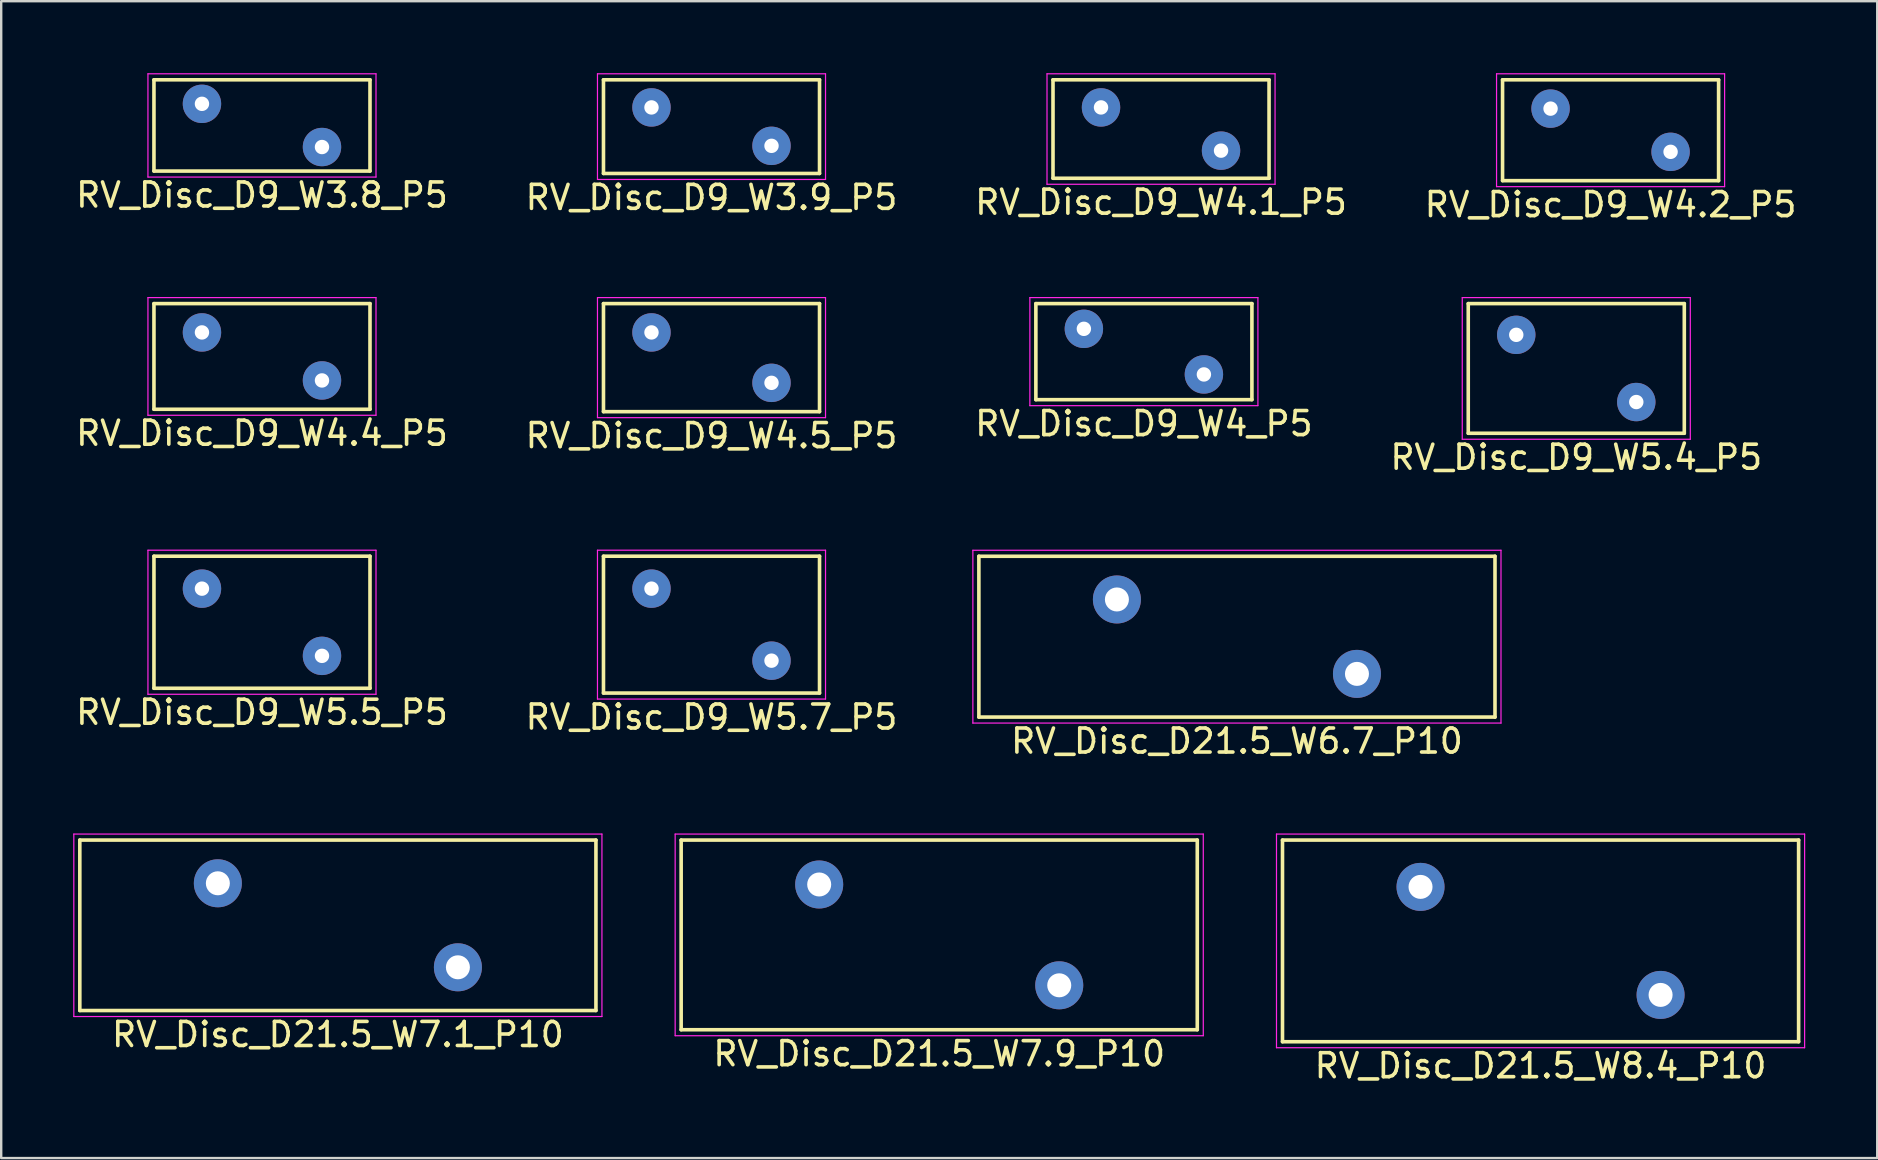
<source format=kicad_pcb>
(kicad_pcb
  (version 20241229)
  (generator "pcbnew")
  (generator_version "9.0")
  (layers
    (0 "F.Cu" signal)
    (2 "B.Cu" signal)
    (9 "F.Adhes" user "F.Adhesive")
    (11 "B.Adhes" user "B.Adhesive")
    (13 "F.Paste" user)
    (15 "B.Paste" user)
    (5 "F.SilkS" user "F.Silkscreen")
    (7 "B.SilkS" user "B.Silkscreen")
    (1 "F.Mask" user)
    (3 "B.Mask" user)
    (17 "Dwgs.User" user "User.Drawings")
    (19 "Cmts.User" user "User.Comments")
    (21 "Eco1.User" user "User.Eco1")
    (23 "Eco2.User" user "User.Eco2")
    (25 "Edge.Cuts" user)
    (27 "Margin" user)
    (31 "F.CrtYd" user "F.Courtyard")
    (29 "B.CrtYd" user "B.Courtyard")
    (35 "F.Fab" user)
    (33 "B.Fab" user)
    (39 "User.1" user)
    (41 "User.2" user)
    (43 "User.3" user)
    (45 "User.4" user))
  (footprint "RV_Disc_D9_W4.2_P5"
    (layer "F.Cu")
    (at 61.542 1.475)
    (property "Reference" "RV_Disc_D9_W4.2_P5" (at 2.5 4 0) (layer "F.SilkS") (effects (font (size 1 1) (thickness 0.15))))
    (attr through_hole)
    (fp_line (start -2 -1.2) (end -2 3) (stroke (width 0.15) (type solid)) (layer "F.SilkS"))
    (fp_line (start -2 -1.2) (end 7 -1.2) (stroke (width 0.15) (type solid)) (layer "F.SilkS"))
    (fp_line (start -2 3) (end 7 3) (stroke (width 0.15) (type solid)) (layer "F.SilkS"))
    (fp_line (start 7 -1.2) (end 7 3) (stroke (width 0.15) (type solid)) (layer "F.SilkS"))
    (fp_line (start -2.25 -1.45) (end -2.25 3.25) (stroke (width 0.05) (type solid)) (layer "F.CrtYd"))
    (fp_line (start -2.25 -1.45) (end 7.25 -1.45) (stroke (width 0.05) (type solid)) (layer "F.CrtYd"))
    (fp_line (start -2.25 3.25) (end 7.25 3.25) (stroke (width 0.05) (type solid)) (layer "F.CrtYd"))
    (fp_line (start 7.25 -1.45) (end 7.25 3.25) (stroke (width 0.05) (type solid)) (layer "F.CrtYd"))
    (pad "1" thru_hole circle (at 0 0) (size 1.6 1.6) (drill 0.6) (layers "*.Cu" "*.Mask"))
    (pad "2" thru_hole circle (at 5 1.8) (size 1.6 1.6) (drill 0.6) (layers "*.Cu" "*.Mask")))
  (footprint "RV_Disc_D9_W3.8_P5"
    (layer "F.Cu")
    (at 5.363 1.275)
    (property "Reference" "RV_Disc_D9_W3.8_P5" (at 2.5 3.8 0) (layer "F.SilkS") (effects (font (size 1 1) (thickness 0.15))))
    (attr through_hole)
    (fp_line (start -2 -1) (end -2 2.8) (stroke (width 0.15) (type solid)) (layer "F.SilkS"))
    (fp_line (start -2 -1) (end 7 -1) (stroke (width 0.15) (type solid)) (layer "F.SilkS"))
    (fp_line (start -2 2.8) (end 7 2.8) (stroke (width 0.15) (type solid)) (layer "F.SilkS"))
    (fp_line (start 7 -1) (end 7 2.8) (stroke (width 0.15) (type solid)) (layer "F.SilkS"))
    (fp_line (start -2.25 -1.25) (end -2.25 3.05) (stroke (width 0.05) (type solid)) (layer "F.CrtYd"))
    (fp_line (start -2.25 -1.25) (end 7.25 -1.25) (stroke (width 0.05) (type solid)) (layer "F.CrtYd"))
    (fp_line (start -2.25 3.05) (end 7.25 3.05) (stroke (width 0.05) (type solid)) (layer "F.CrtYd"))
    (fp_line (start 7.25 -1.25) (end 7.25 3.05) (stroke (width 0.05) (type solid)) (layer "F.CrtYd"))
    (pad "1" thru_hole circle (at 0 0) (size 1.6 1.6) (drill 0.6) (layers "*.Cu" "*.Mask"))
    (pad "2" thru_hole circle (at 5 1.8) (size 1.6 1.6) (drill 0.6) (layers "*.Cu" "*.Mask")))
  (footprint "RV_Disc_D9_W4.1_P5"
    (layer "F.Cu")
    (at 42.815 1.425)
    (property "Reference" "RV_Disc_D9_W4.1_P5" (at 2.5 3.95 0) (layer "F.SilkS") (effects (font (size 1 1) (thickness 0.15))))
    (attr through_hole)
    (fp_line (start -2 -1.15) (end -2 2.95) (stroke (width 0.15) (type solid)) (layer "F.SilkS"))
    (fp_line (start -2 -1.15) (end 7 -1.15) (stroke (width 0.15) (type solid)) (layer "F.SilkS"))
    (fp_line (start -2 2.95) (end 7 2.95) (stroke (width 0.15) (type solid)) (layer "F.SilkS"))
    (fp_line (start 7 -1.15) (end 7 2.95) (stroke (width 0.15) (type solid)) (layer "F.SilkS"))
    (fp_line (start -2.25 -1.4) (end -2.25 3.2) (stroke (width 0.05) (type solid)) (layer "F.CrtYd"))
    (fp_line (start -2.25 -1.4) (end 7.25 -1.4) (stroke (width 0.05) (type solid)) (layer "F.CrtYd"))
    (fp_line (start -2.25 3.2) (end 7.25 3.2) (stroke (width 0.05) (type solid)) (layer "F.CrtYd"))
    (fp_line (start 7.25 -1.4) (end 7.25 3.2) (stroke (width 0.05) (type solid)) (layer "F.CrtYd"))
    (pad "1" thru_hole circle (at 0 0) (size 1.6 1.6) (drill 0.6) (layers "*.Cu" "*.Mask"))
    (pad "2" thru_hole circle (at 5 1.8) (size 1.6 1.6) (drill 0.6) (layers "*.Cu" "*.Mask")))
  (footprint "RV_Disc_D9_W5.4_P5"
    (layer "F.Cu")
    (at 60.113 10.898)
    (property "Reference" "RV_Disc_D9_W5.4_P5" (at 2.5 5.1 0) (layer "F.SilkS") (effects (font (size 1 1) (thickness 0.15))))
    (attr through_hole)
    (fp_line (start -2 -1.3) (end -2 4.1) (stroke (width 0.15) (type solid)) (layer "F.SilkS"))
    (fp_line (start -2 -1.3) (end 7 -1.3) (stroke (width 0.15) (type solid)) (layer "F.SilkS"))
    (fp_line (start -2 4.1) (end 7 4.1) (stroke (width 0.15) (type solid)) (layer "F.SilkS"))
    (fp_line (start 7 -1.3) (end 7 4.1) (stroke (width 0.15) (type solid)) (layer "F.SilkS"))
    (fp_line (start -2.25 -1.55) (end -2.25 4.35) (stroke (width 0.05) (type solid)) (layer "F.CrtYd"))
    (fp_line (start -2.25 -1.55) (end 7.25 -1.55) (stroke (width 0.05) (type solid)) (layer "F.CrtYd"))
    (fp_line (start -2.25 4.35) (end 7.25 4.35) (stroke (width 0.05) (type solid)) (layer "F.CrtYd"))
    (fp_line (start 7.25 -1.55) (end 7.25 4.35) (stroke (width 0.05) (type solid)) (layer "F.CrtYd"))
    (pad "1" thru_hole circle (at 0 0) (size 1.6 1.6) (drill 0.6) (layers "*.Cu" "*.Mask"))
    (pad "2" thru_hole circle (at 5 2.8) (size 1.6 1.6) (drill 0.6) (layers "*.Cu" "*.Mask")))
  (footprint "RV_Disc_D9_W3.9_P5"
    (layer "F.Cu")
    (at 24.089 1.425)
    (property "Reference" "RV_Disc_D9_W3.9_P5" (at 2.5 3.75 0) (layer "F.SilkS") (effects (font (size 1 1) (thickness 0.15))))
    (attr through_hole)
    (fp_line (start -2 -1.15) (end -2 2.75) (stroke (width 0.15) (type solid)) (layer "F.SilkS"))
    (fp_line (start -2 -1.15) (end 7 -1.15) (stroke (width 0.15) (type solid)) (layer "F.SilkS"))
    (fp_line (start -2 2.75) (end 7 2.75) (stroke (width 0.15) (type solid)) (layer "F.SilkS"))
    (fp_line (start 7 -1.15) (end 7 2.75) (stroke (width 0.15) (type solid)) (layer "F.SilkS"))
    (fp_line (start -2.25 -1.4) (end -2.25 3) (stroke (width 0.05) (type solid)) (layer "F.CrtYd"))
    (fp_line (start -2.25 -1.4) (end 7.25 -1.4) (stroke (width 0.05) (type solid)) (layer "F.CrtYd"))
    (fp_line (start -2.25 3) (end 7.25 3) (stroke (width 0.05) (type solid)) (layer "F.CrtYd"))
    (fp_line (start 7.25 -1.4) (end 7.25 3) (stroke (width 0.05) (type solid)) (layer "F.CrtYd"))
    (pad "1" thru_hole circle (at 0 0) (size 1.6 1.6) (drill 0.6) (layers "*.Cu" "*.Mask"))
    (pad "2" thru_hole circle (at 5 1.6) (size 1.6 1.6) (drill 0.6) (layers "*.Cu" "*.Mask")))
  (footprint "RV_Disc_D21.5_W8.4_P10"
    (layer "F.Cu")
    (at 56.125 33.895)
    (property "Reference" "RV_Disc_D21.5_W8.4_P10" (at 5 7.45 0) (layer "F.SilkS") (effects (font (size 1 1) (thickness 0.15))))
    (attr through_hole)
    (fp_line (start -5.75 -1.95) (end -5.75 6.45) (stroke (width 0.15) (type solid)) (layer "F.SilkS"))
    (fp_line (start -5.75 -1.95) (end 15.75 -1.95) (stroke (width 0.15) (type solid)) (layer "F.SilkS"))
    (fp_line (start -5.75 6.45) (end 15.75 6.45) (stroke (width 0.15) (type solid)) (layer "F.SilkS"))
    (fp_line (start 15.75 -1.95) (end 15.75 6.45) (stroke (width 0.15) (type solid)) (layer "F.SilkS"))
    (fp_line (start -6 -2.2) (end -6 6.7) (stroke (width 0.05) (type solid)) (layer "F.CrtYd"))
    (fp_line (start -6 -2.2) (end 16 -2.2) (stroke (width 0.05) (type solid)) (layer "F.CrtYd"))
    (fp_line (start -6 6.7) (end 16 6.7) (stroke (width 0.05) (type solid)) (layer "F.CrtYd"))
    (fp_line (start 16 -2.2) (end 16 6.7) (stroke (width 0.05) (type solid)) (layer "F.CrtYd"))
    (pad "1" thru_hole circle (at 0 0) (size 2 2) (drill 1) (layers "*.Cu" "*.Mask"))
    (pad "2" thru_hole circle (at 10 4.5) (size 2 2) (drill 1) (layers "*.Cu" "*.Mask")))
  (footprint "RV_Disc_D9_W5.7_P5"
    (layer "F.Cu")
    (at 24.089 21.471)
    (property "Reference" "RV_Disc_D9_W5.7_P5" (at 2.5 5.35 0) (layer "F.SilkS") (effects (font (size 1 1) (thickness 0.15))))
    (attr through_hole)
    (fp_line (start -2 -1.35) (end -2 4.35) (stroke (width 0.15) (type solid)) (layer "F.SilkS"))
    (fp_line (start -2 -1.35) (end 7 -1.35) (stroke (width 0.15) (type solid)) (layer "F.SilkS"))
    (fp_line (start -2 4.35) (end 7 4.35) (stroke (width 0.15) (type solid)) (layer "F.SilkS"))
    (fp_line (start 7 -1.35) (end 7 4.35) (stroke (width 0.15) (type solid)) (layer "F.SilkS"))
    (fp_line (start -2.25 -1.6) (end -2.25 4.6) (stroke (width 0.05) (type solid)) (layer "F.CrtYd"))
    (fp_line (start -2.25 -1.6) (end 7.25 -1.6) (stroke (width 0.05) (type solid)) (layer "F.CrtYd"))
    (fp_line (start -2.25 4.6) (end 7.25 4.6) (stroke (width 0.05) (type solid)) (layer "F.CrtYd"))
    (fp_line (start 7.25 -1.6) (end 7.25 4.6) (stroke (width 0.05) (type solid)) (layer "F.CrtYd"))
    (pad "1" thru_hole circle (at 0 0) (size 1.6 1.6) (drill 0.6) (layers "*.Cu" "*.Mask"))
    (pad "2" thru_hole circle (at 5 3) (size 1.6 1.6) (drill 0.6) (layers "*.Cu" "*.Mask")))
  (footprint "RV_Disc_D9_W4.5_P5"
    (layer "F.Cu")
    (at 24.089 10.798)
    (property "Reference" "RV_Disc_D9_W4.5_P5" (at 2.5 4.3 0) (layer "F.SilkS") (effects (font (size 1 1) (thickness 0.15))))
    (attr through_hole)
    (fp_line (start -2 -1.2) (end -2 3.3) (stroke (width 0.15) (type solid)) (layer "F.SilkS"))
    (fp_line (start -2 -1.2) (end 7 -1.2) (stroke (width 0.15) (type solid)) (layer "F.SilkS"))
    (fp_line (start -2 3.3) (end 7 3.3) (stroke (width 0.15) (type solid)) (layer "F.SilkS"))
    (fp_line (start 7 -1.2) (end 7 3.3) (stroke (width 0.15) (type solid)) (layer "F.SilkS"))
    (fp_line (start -2.25 -1.45) (end -2.25 3.55) (stroke (width 0.05) (type solid)) (layer "F.CrtYd"))
    (fp_line (start -2.25 -1.45) (end 7.25 -1.45) (stroke (width 0.05) (type solid)) (layer "F.CrtYd"))
    (fp_line (start -2.25 3.55) (end 7.25 3.55) (stroke (width 0.05) (type solid)) (layer "F.CrtYd"))
    (fp_line (start 7.25 -1.45) (end 7.25 3.55) (stroke (width 0.05) (type solid)) (layer "F.CrtYd"))
    (pad "1" thru_hole circle (at 0 0) (size 1.6 1.6) (drill 0.6) (layers "*.Cu" "*.Mask"))
    (pad "2" thru_hole circle (at 5 2.1) (size 1.6 1.6) (drill 0.6) (layers "*.Cu" "*.Mask")))
  (footprint "RV_Disc_D21.5_W6.7_P10"
    (layer "F.Cu")
    (at 43.477 21.922)
    (property "Reference" "RV_Disc_D21.5_W6.7_P10" (at 5 5.9 0) (layer "F.SilkS") (effects (font (size 1 1) (thickness 0.15))))
    (attr through_hole)
    (fp_line (start -5.75 -1.8) (end -5.75 4.9) (stroke (width 0.15) (type solid)) (layer "F.SilkS"))
    (fp_line (start -5.75 -1.8) (end 15.75 -1.8) (stroke (width 0.15) (type solid)) (layer "F.SilkS"))
    (fp_line (start -5.75 4.9) (end 15.75 4.9) (stroke (width 0.15) (type solid)) (layer "F.SilkS"))
    (fp_line (start 15.75 -1.8) (end 15.75 4.9) (stroke (width 0.15) (type solid)) (layer "F.SilkS"))
    (fp_line (start -6 -2.05) (end -6 5.15) (stroke (width 0.05) (type solid)) (layer "F.CrtYd"))
    (fp_line (start -6 -2.05) (end 16 -2.05) (stroke (width 0.05) (type solid)) (layer "F.CrtYd"))
    (fp_line (start -6 5.15) (end 16 5.15) (stroke (width 0.05) (type solid)) (layer "F.CrtYd"))
    (fp_line (start 16 -2.05) (end 16 5.15) (stroke (width 0.05) (type solid)) (layer "F.CrtYd"))
    (pad "1" thru_hole circle (at 0 0) (size 2 2) (drill 1) (layers "*.Cu" "*.Mask"))
    (pad "2" thru_hole circle (at 10 3.1) (size 2 2) (drill 1) (layers "*.Cu" "*.Mask")))
  (footprint "RV_Disc_D21.5_W7.1_P10"
    (layer "F.Cu")
    (at 6.025 33.745)
    (property "Reference" "RV_Disc_D21.5_W7.1_P10" (at 5 6.3 0) (layer "F.SilkS") (effects (font (size 1 1) (thickness 0.15))))
    (attr through_hole)
    (fp_line (start -5.75 -1.8) (end -5.75 5.3) (stroke (width 0.15) (type solid)) (layer "F.SilkS"))
    (fp_line (start -5.75 -1.8) (end 15.75 -1.8) (stroke (width 0.15) (type solid)) (layer "F.SilkS"))
    (fp_line (start -5.75 5.3) (end 15.75 5.3) (stroke (width 0.15) (type solid)) (layer "F.SilkS"))
    (fp_line (start 15.75 -1.8) (end 15.75 5.3) (stroke (width 0.15) (type solid)) (layer "F.SilkS"))
    (fp_line (start -6 -2.05) (end -6 5.55) (stroke (width 0.05) (type solid)) (layer "F.CrtYd"))
    (fp_line (start -6 -2.05) (end 16 -2.05) (stroke (width 0.05) (type solid)) (layer "F.CrtYd"))
    (fp_line (start -6 5.55) (end 16 5.55) (stroke (width 0.05) (type solid)) (layer "F.CrtYd"))
    (fp_line (start 16 -2.05) (end 16 5.55) (stroke (width 0.05) (type solid)) (layer "F.CrtYd"))
    (pad "1" thru_hole circle (at 0 0) (size 2 2) (drill 1) (layers "*.Cu" "*.Mask"))
    (pad "2" thru_hole circle (at 10 3.5) (size 2 2) (drill 1) (layers "*.Cu" "*.Mask")))
  (footprint "RV_Disc_D9_W4_P5"
    (layer "F.Cu")
    (at 42.101 10.648)
    (property "Reference" "RV_Disc_D9_W4_P5" (at 2.5 3.95 0) (layer "F.SilkS") (effects (font (size 1 1) (thickness 0.15))))
    (attr through_hole)
    (fp_line (start -2 -1.05) (end -2 2.95) (stroke (width 0.15) (type solid)) (layer "F.SilkS"))
    (fp_line (start -2 -1.05) (end 7 -1.05) (stroke (width 0.15) (type solid)) (layer "F.SilkS"))
    (fp_line (start -2 2.95) (end 7 2.95) (stroke (width 0.15) (type solid)) (layer "F.SilkS"))
    (fp_line (start 7 -1.05) (end 7 2.95) (stroke (width 0.15) (type solid)) (layer "F.SilkS"))
    (fp_line (start -2.25 -1.3) (end -2.25 3.2) (stroke (width 0.05) (type solid)) (layer "F.CrtYd"))
    (fp_line (start -2.25 -1.3) (end 7.25 -1.3) (stroke (width 0.05) (type solid)) (layer "F.CrtYd"))
    (fp_line (start -2.25 3.2) (end 7.25 3.2) (stroke (width 0.05) (type solid)) (layer "F.CrtYd"))
    (fp_line (start 7.25 -1.3) (end 7.25 3.2) (stroke (width 0.05) (type solid)) (layer "F.CrtYd"))
    (pad "1" thru_hole circle (at 0 0) (size 1.6 1.6) (drill 0.6) (layers "*.Cu" "*.Mask"))
    (pad "2" thru_hole circle (at 5 1.9) (size 1.6 1.6) (drill 0.6) (layers "*.Cu" "*.Mask")))
  (footprint "RV_Disc_D9_W5.5_P5"
    (layer "F.Cu")
    (at 5.363 21.471)
    (property "Reference" "RV_Disc_D9_W5.5_P5" (at 2.5 5.15 0) (layer "F.SilkS") (effects (font (size 1 1) (thickness 0.15))))
    (attr through_hole)
    (fp_line (start -2 -1.35) (end -2 4.15) (stroke (width 0.15) (type solid)) (layer "F.SilkS"))
    (fp_line (start -2 -1.35) (end 7 -1.35) (stroke (width 0.15) (type solid)) (layer "F.SilkS"))
    (fp_line (start -2 4.15) (end 7 4.15) (stroke (width 0.15) (type solid)) (layer "F.SilkS"))
    (fp_line (start 7 -1.35) (end 7 4.15) (stroke (width 0.15) (type solid)) (layer "F.SilkS"))
    (fp_line (start -2.25 -1.6) (end -2.25 4.4) (stroke (width 0.05) (type solid)) (layer "F.CrtYd"))
    (fp_line (start -2.25 -1.6) (end 7.25 -1.6) (stroke (width 0.05) (type solid)) (layer "F.CrtYd"))
    (fp_line (start -2.25 4.4) (end 7.25 4.4) (stroke (width 0.05) (type solid)) (layer "F.CrtYd"))
    (fp_line (start 7.25 -1.6) (end 7.25 4.4) (stroke (width 0.05) (type solid)) (layer "F.CrtYd"))
    (pad "1" thru_hole circle (at 0 0) (size 1.6 1.6) (drill 0.6) (layers "*.Cu" "*.Mask"))
    (pad "2" thru_hole circle (at 5 2.8) (size 1.6 1.6) (drill 0.6) (layers "*.Cu" "*.Mask")))
  (footprint "RV_Disc_D21.5_W7.9_P10"
    (layer "F.Cu")
    (at 31.075 33.795)
    (property "Reference" "RV_Disc_D21.5_W7.9_P10" (at 5 7.05 0) (layer "F.SilkS") (effects (font (size 1 1) (thickness 0.15))))
    (attr through_hole)
    (fp_line (start -5.75 -1.85) (end -5.75 6.05) (stroke (width 0.15) (type solid)) (layer "F.SilkS"))
    (fp_line (start -5.75 -1.85) (end 15.75 -1.85) (stroke (width 0.15) (type solid)) (layer "F.SilkS"))
    (fp_line (start -5.75 6.05) (end 15.75 6.05) (stroke (width 0.15) (type solid)) (layer "F.SilkS"))
    (fp_line (start 15.75 -1.85) (end 15.75 6.05) (stroke (width 0.15) (type solid)) (layer "F.SilkS"))
    (fp_line (start -6 -2.1) (end -6 6.3) (stroke (width 0.05) (type solid)) (layer "F.CrtYd"))
    (fp_line (start -6 -2.1) (end 16 -2.1) (stroke (width 0.05) (type solid)) (layer "F.CrtYd"))
    (fp_line (start -6 6.3) (end 16 6.3) (stroke (width 0.05) (type solid)) (layer "F.CrtYd"))
    (fp_line (start 16 -2.1) (end 16 6.3) (stroke (width 0.05) (type solid)) (layer "F.CrtYd"))
    (pad "1" thru_hole circle (at 0 0) (size 2 2) (drill 1) (layers "*.Cu" "*.Mask"))
    (pad "2" thru_hole circle (at 10 4.2) (size 2 2) (drill 1) (layers "*.Cu" "*.Mask")))
  (footprint "RV_Disc_D9_W4.4_P5"
    (layer "F.Cu")
    (at 5.363 10.798)
    (property "Reference" "RV_Disc_D9_W4.4_P5" (at 2.5 4.2 0) (layer "F.SilkS") (effects (font (size 1 1) (thickness 0.15))))
    (attr through_hole)
    (fp_line (start -2 -1.2) (end -2 3.2) (stroke (width 0.15) (type solid)) (layer "F.SilkS"))
    (fp_line (start -2 -1.2) (end 7 -1.2) (stroke (width 0.15) (type solid)) (layer "F.SilkS"))
    (fp_line (start -2 3.2) (end 7 3.2) (stroke (width 0.15) (type solid)) (layer "F.SilkS"))
    (fp_line (start 7 -1.2) (end 7 3.2) (stroke (width 0.15) (type solid)) (layer "F.SilkS"))
    (fp_line (start -2.25 -1.45) (end -2.25 3.45) (stroke (width 0.05) (type solid)) (layer "F.CrtYd"))
    (fp_line (start -2.25 -1.45) (end 7.25 -1.45) (stroke (width 0.05) (type solid)) (layer "F.CrtYd"))
    (fp_line (start -2.25 3.45) (end 7.25 3.45) (stroke (width 0.05) (type solid)) (layer "F.CrtYd"))
    (fp_line (start 7.25 -1.45) (end 7.25 3.45) (stroke (width 0.05) (type solid)) (layer "F.CrtYd"))
    (pad "1" thru_hole circle (at 0 0) (size 1.6 1.6) (drill 0.6) (layers "*.Cu" "*.Mask"))
    (pad "2" thru_hole circle (at 5 2) (size 1.6 1.6) (drill 0.6) (layers "*.Cu" "*.Mask")))
  (gr_rect
    (start -3 -3)
    (end 75.15 45.193)
    (stroke (width 0.1) (type default))
    (fill no)
    (layer "Edge.Cuts")))
</source>
